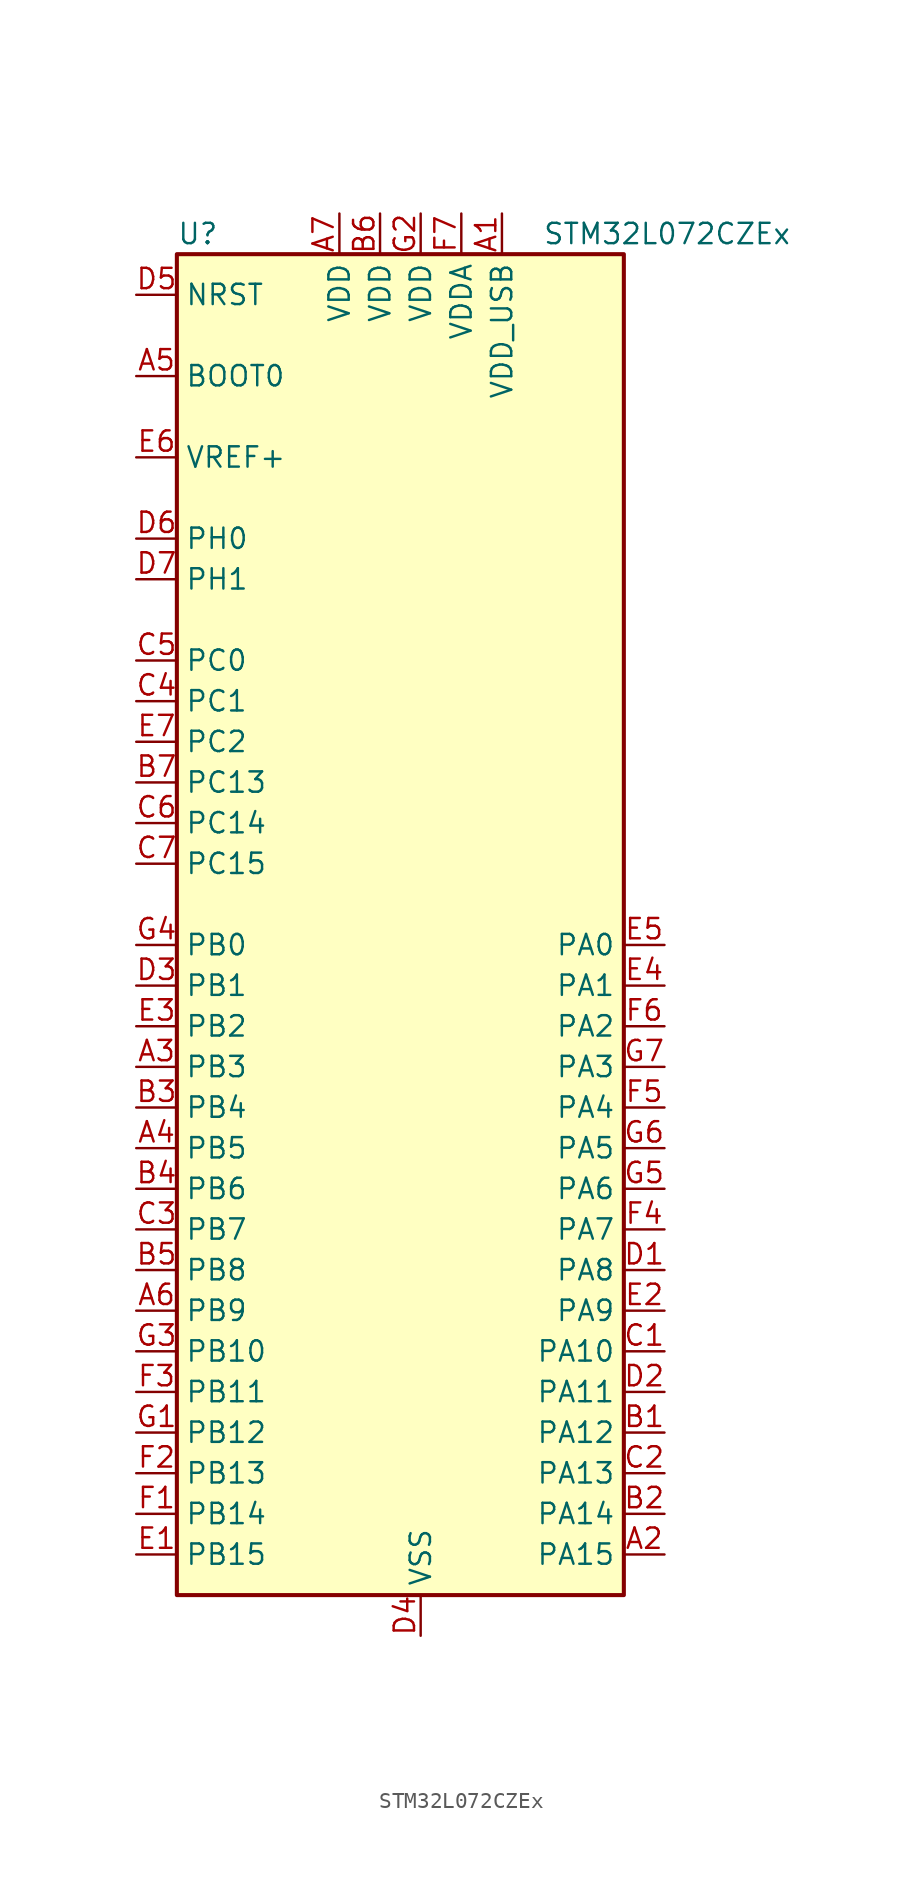
<source format=kicad_sym>
(kicad_symbol_lib
  (version 20211014)
  (generator kicad_symbol_editor)
  (symbol "STM32L072CZEx"
    (property "Reference" "U"
      (at -15.24 41.91 0)
      (effects (font (size 1.27 1.27)) (justify left)))
    (property "Value" "STM32L072CZEx"
      (at 7.62 41.91 0)
      (effects (font (size 1.27 1.27)) (justify left)))
    (symbol "STM32L072CZEx_0_1"
      (rectangle (start -15.24 -43.18) (end 12.7 40.64) (stroke (width 0.254) (type default) (color 0 0 0 0)) (fill (type background))))
    (symbol "STM32L072CZEx_1_1"
      (pin power_in line (at 5.08 43.18 270) (length 2.54) (name "VDD_USB" (effects (font (size 1.27 1.27)))) (number "A1" (effects (font (size 1.27 1.27)))))
      (pin bidirectional line (at 15.24 -40.64 180) (length 2.54) (name "PA15" (effects (font (size 1.27 1.27)))) (number "A2" (effects (font (size 1.27 1.27)))))
      (pin bidirectional line (at -17.78 -10.16 0) (length 2.54) (name "PB3" (effects (font (size 1.27 1.27)))) (number "A3" (effects (font (size 1.27 1.27)))))
      (pin bidirectional line (at -17.78 -15.24 0) (length 2.54) (name "PB5" (effects (font (size 1.27 1.27)))) (number "A4" (effects (font (size 1.27 1.27)))))
      (pin input line (at -17.78 33.02 0) (length 2.54) (name "BOOT0" (effects (font (size 1.27 1.27)))) (number "A5" (effects (font (size 1.27 1.27)))))
      (pin bidirectional line (at -17.78 -25.4 0) (length 2.54) (name "PB9" (effects (font (size 1.27 1.27)))) (number "A6" (effects (font (size 1.27 1.27)))))
      (pin power_in line (at -5.08 43.18 270) (length 2.54) (name "VDD" (effects (font (size 1.27 1.27)))) (number "A7" (effects (font (size 1.27 1.27)))))
      (pin bidirectional line (at 15.24 -33.02 180) (length 2.54) (name "PA12" (effects (font (size 1.27 1.27)))) (number "B1" (effects (font (size 1.27 1.27)))))
      (pin bidirectional line (at 15.24 -38.1 180) (length 2.54) (name "PA14" (effects (font (size 1.27 1.27)))) (number "B2" (effects (font (size 1.27 1.27)))))
      (pin bidirectional line (at -17.78 -12.7 0) (length 2.54) (name "PB4" (effects (font (size 1.27 1.27)))) (number "B3" (effects (font (size 1.27 1.27)))))
      (pin bidirectional line (at -17.78 -17.78 0) (length 2.54) (name "PB6" (effects (font (size 1.27 1.27)))) (number "B4" (effects (font (size 1.27 1.27)))))
      (pin bidirectional line (at -17.78 -22.86 0) (length 2.54) (name "PB8" (effects (font (size 1.27 1.27)))) (number "B5" (effects (font (size 1.27 1.27)))))
      (pin power_in line (at -2.54 43.18 270) (length 2.54) (name "VDD" (effects (font (size 1.27 1.27)))) (number "B6" (effects (font (size 1.27 1.27)))))
      (pin bidirectional line (at -17.78 7.62 0) (length 2.54) (name "PC13" (effects (font (size 1.27 1.27)))) (number "B7" (effects (font (size 1.27 1.27)))))
      (pin bidirectional line (at 15.24 -27.94 180) (length 2.54) (name "PA10" (effects (font (size 1.27 1.27)))) (number "C1" (effects (font (size 1.27 1.27)))))
      (pin bidirectional line (at 15.24 -35.56 180) (length 2.54) (name "PA13" (effects (font (size 1.27 1.27)))) (number "C2" (effects (font (size 1.27 1.27)))))
      (pin bidirectional line (at -17.78 -20.32 0) (length 2.54) (name "PB7" (effects (font (size 1.27 1.27)))) (number "C3" (effects (font (size 1.27 1.27)))))
      (pin bidirectional line (at -17.78 12.7 0) (length 2.54) (name "PC1" (effects (font (size 1.27 1.27)))) (number "C4" (effects (font (size 1.27 1.27)))))
      (pin bidirectional line (at -17.78 15.24 0) (length 2.54) (name "PC0" (effects (font (size 1.27 1.27)))) (number "C5" (effects (font (size 1.27 1.27)))))
      (pin bidirectional line (at -17.78 5.08 0) (length 2.54) (name "PC14" (effects (font (size 1.27 1.27)))) (number "C6" (effects (font (size 1.27 1.27)))))
      (pin bidirectional line (at -17.78 2.54 0) (length 2.54) (name "PC15" (effects (font (size 1.27 1.27)))) (number "C7" (effects (font (size 1.27 1.27)))))
      (pin bidirectional line (at 15.24 -22.86 180) (length 2.54) (name "PA8" (effects (font (size 1.27 1.27)))) (number "D1" (effects (font (size 1.27 1.27)))))
      (pin bidirectional line (at 15.24 -30.48 180) (length 2.54) (name "PA11" (effects (font (size 1.27 1.27)))) (number "D2" (effects (font (size 1.27 1.27)))))
      (pin bidirectional line (at -17.78 -5.08 0) (length 2.54) (name "PB1" (effects (font (size 1.27 1.27)))) (number "D3" (effects (font (size 1.27 1.27)))))
      (pin power_in line (at 0 -45.72 90) (length 2.54) (name "VSS" (effects (font (size 1.27 1.27)))) (number "D4" (effects (font (size 1.27 1.27)))))
      (pin input line (at -17.78 38.1 0) (length 2.54) (name "NRST" (effects (font (size 1.27 1.27)))) (number "D5" (effects (font (size 1.27 1.27)))))
      (pin input line (at -17.78 22.86 0) (length 2.54) (name "PH0" (effects (font (size 1.27 1.27)))) (number "D6" (effects (font (size 1.27 1.27)))))
      (pin input line (at -17.78 20.32 0) (length 2.54) (name "PH1" (effects (font (size 1.27 1.27)))) (number "D7" (effects (font (size 1.27 1.27)))))
      (pin bidirectional line (at -17.78 -40.64 0) (length 2.54) (name "PB15" (effects (font (size 1.27 1.27)))) (number "E1" (effects (font (size 1.27 1.27)))))
      (pin bidirectional line (at 15.24 -25.4 180) (length 2.54) (name "PA9" (effects (font (size 1.27 1.27)))) (number "E2" (effects (font (size 1.27 1.27)))))
      (pin bidirectional line (at -17.78 -7.62 0) (length 2.54) (name "PB2" (effects (font (size 1.27 1.27)))) (number "E3" (effects (font (size 1.27 1.27)))))
      (pin bidirectional line (at 15.24 -5.08 180) (length 2.54) (name "PA1" (effects (font (size 1.27 1.27)))) (number "E4" (effects (font (size 1.27 1.27)))))
      (pin bidirectional line (at 15.24 -2.54 180) (length 2.54) (name "PA0" (effects (font (size 1.27 1.27)))) (number "E5" (effects (font (size 1.27 1.27)))))
      (pin power_in line (at -17.78 27.94 0) (length 2.54) (name "VREF+" (effects (font (size 1.27 1.27)))) (number "E6" (effects (font (size 1.27 1.27)))))
      (pin bidirectional line (at -17.78 10.16 0) (length 2.54) (name "PC2" (effects (font (size 1.27 1.27)))) (number "E7" (effects (font (size 1.27 1.27)))))
      (pin bidirectional line (at -17.78 -38.1 0) (length 2.54) (name "PB14" (effects (font (size 1.27 1.27)))) (number "F1" (effects (font (size 1.27 1.27)))))
      (pin bidirectional line (at -17.78 -35.56 0) (length 2.54) (name "PB13" (effects (font (size 1.27 1.27)))) (number "F2" (effects (font (size 1.27 1.27)))))
      (pin bidirectional line (at -17.78 -30.48 0) (length 2.54) (name "PB11" (effects (font (size 1.27 1.27)))) (number "F3" (effects (font (size 1.27 1.27)))))
      (pin bidirectional line (at 15.24 -20.32 180) (length 2.54) (name "PA7" (effects (font (size 1.27 1.27)))) (number "F4" (effects (font (size 1.27 1.27)))))
      (pin bidirectional line (at 15.24 -12.7 180) (length 2.54) (name "PA4" (effects (font (size 1.27 1.27)))) (number "F5" (effects (font (size 1.27 1.27)))))
      (pin bidirectional line (at 15.24 -7.62 180) (length 2.54) (name "PA2" (effects (font (size 1.27 1.27)))) (number "F6" (effects (font (size 1.27 1.27)))))
      (pin power_in line (at 2.54 43.18 270) (length 2.54) (name "VDDA" (effects (font (size 1.27 1.27)))) (number "F7" (effects (font (size 1.27 1.27)))))
      (pin bidirectional line (at -17.78 -33.02 0) (length 2.54) (name "PB12" (effects (font (size 1.27 1.27)))) (number "G1" (effects (font (size 1.27 1.27)))))
      (pin power_in line (at 0 43.18 270) (length 2.54) (name "VDD" (effects (font (size 1.27 1.27)))) (number "G2" (effects (font (size 1.27 1.27)))))
      (pin bidirectional line (at -17.78 -27.94 0) (length 2.54) (name "PB10" (effects (font (size 1.27 1.27)))) (number "G3" (effects (font (size 1.27 1.27)))))
      (pin bidirectional line (at -17.78 -2.54 0) (length 2.54) (name "PB0" (effects (font (size 1.27 1.27)))) (number "G4" (effects (font (size 1.27 1.27)))))
      (pin bidirectional line (at 15.24 -17.78 180) (length 2.54) (name "PA6" (effects (font (size 1.27 1.27)))) (number "G5" (effects (font (size 1.27 1.27)))))
      (pin bidirectional line (at 15.24 -15.24 180) (length 2.54) (name "PA5" (effects (font (size 1.27 1.27)))) (number "G6" (effects (font (size 1.27 1.27)))))
      (pin bidirectional line (at 15.24 -10.16 180) (length 2.54) (name "PA3" (effects (font (size 1.27 1.27)))) (number "G7" (effects (font (size 1.27 1.27))))))))
</source>
